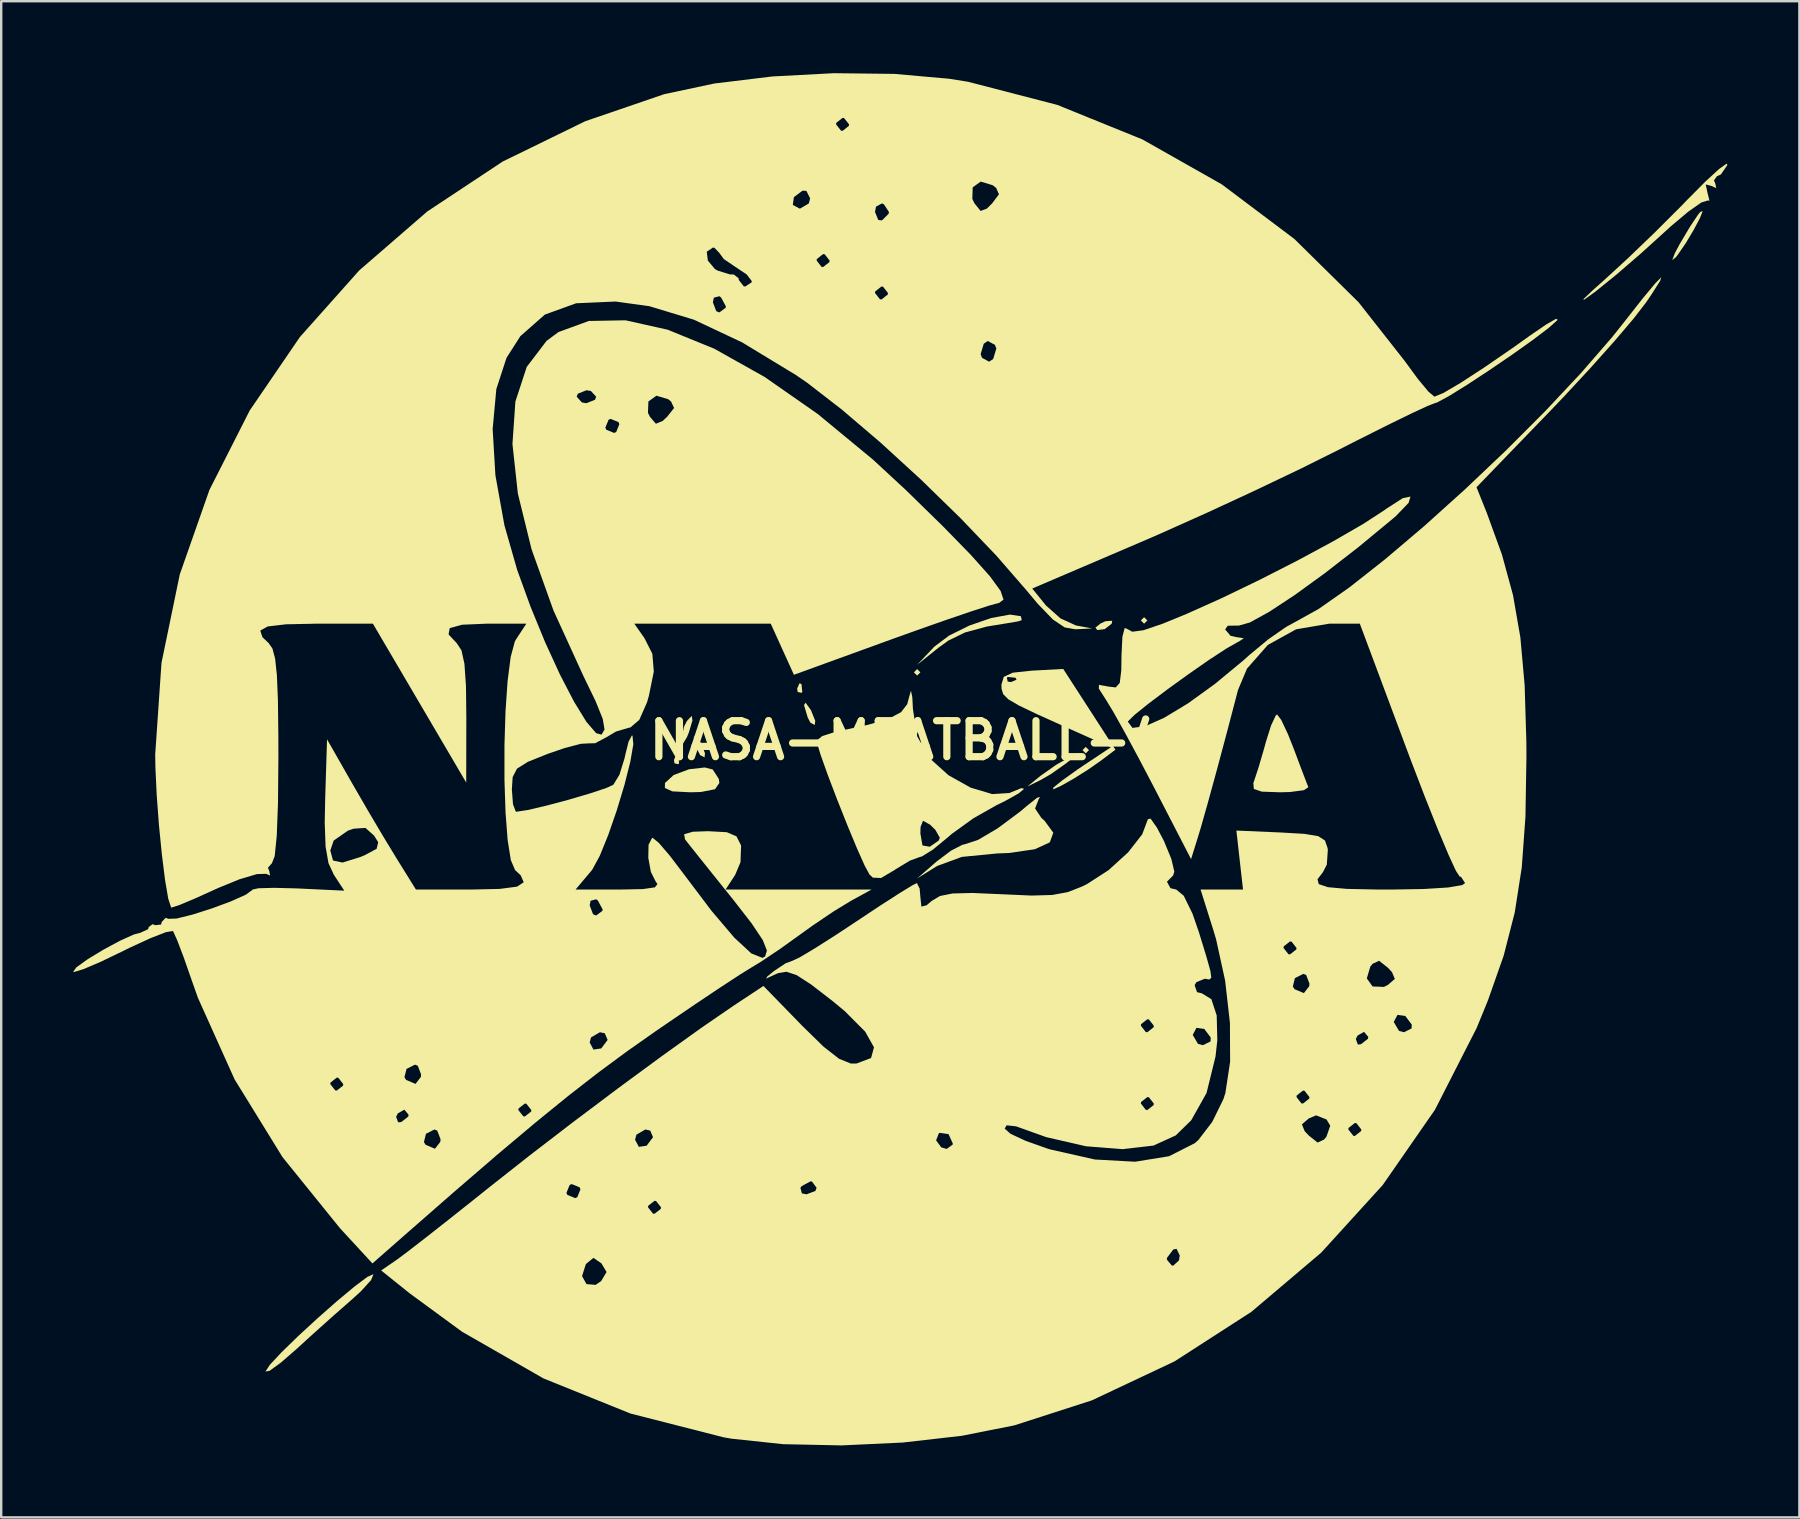
<source format=kicad_pcb>
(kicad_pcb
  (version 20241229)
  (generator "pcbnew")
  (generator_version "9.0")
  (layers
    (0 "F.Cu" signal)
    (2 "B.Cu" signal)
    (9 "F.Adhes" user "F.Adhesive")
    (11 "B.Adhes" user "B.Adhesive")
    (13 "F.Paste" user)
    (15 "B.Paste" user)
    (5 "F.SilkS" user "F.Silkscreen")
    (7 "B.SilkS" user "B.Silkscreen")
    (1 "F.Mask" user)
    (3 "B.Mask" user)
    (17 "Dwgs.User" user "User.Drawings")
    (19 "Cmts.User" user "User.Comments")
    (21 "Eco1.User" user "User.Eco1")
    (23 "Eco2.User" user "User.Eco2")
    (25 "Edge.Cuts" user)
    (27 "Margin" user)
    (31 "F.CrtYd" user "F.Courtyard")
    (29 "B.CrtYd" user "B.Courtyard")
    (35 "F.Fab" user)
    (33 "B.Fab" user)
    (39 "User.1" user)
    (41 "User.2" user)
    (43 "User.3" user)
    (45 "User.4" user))
  (footprint "NASA-MEATBALL-4"
    (layer "F.Cu")
    (at 34.762 27.803)
    (property "Reference" "NASA-MEATBALL-4" (at 0 0 0) (layer "F.SilkS") (effects (font (size 1.5 1.5) (thickness 0.3))))
    (attr board_only exclude_from_pos_files exclude_from_bom)
    (fp_poly (pts (xy 0.54 -2.837) (xy 0.405 -2.702) (xy 0.27 -2.837) (xy 0.405 -2.972)) (stroke (width 0) (type solid)) (fill yes) (layer "F.SilkS"))
    (fp_poly (pts (xy 7.566 0.405) (xy 7.431 0.54) (xy 7.296 0.405) (xy 7.431 0.27)) (stroke (width 0) (type solid)) (fill yes) (layer "F.SilkS"))
    (fp_poly (pts (xy 9.998 -4.999) (xy 9.863 -4.864) (xy 9.728 -4.999) (xy 9.863 -5.134)) (stroke (width 0) (type solid)) (fill yes) (layer "F.SilkS"))
    (fp_poly (pts (xy -9.548 0.63) (xy -9.515 0.951) (xy -9.548 0.991) (xy -9.708 0.954) (xy -9.728 0.811) (xy -9.629 0.588)) (stroke (width 0) (type solid)) (fill yes) (layer "F.SilkS"))
    (fp_poly (pts (xy -4.413 -2.342) (xy -4.381 -2.021) (xy -4.413 -1.982) (xy -4.574 -2.019) (xy -4.594 -2.162) (xy -4.495 -2.384)) (stroke (width 0) (type solid)) (fill yes) (layer "F.SilkS"))
    (fp_poly (pts (xy -8.614 0.088) (xy -8.435 0.536) (xy -8.454 0.707) (xy -8.638 0.611) (xy -8.749 0.395) (xy -8.902 -0.118) (xy -8.839 -0.221)) (stroke (width 0) (type solid)) (fill yes) (layer "F.SilkS"))
    (fp_poly (pts (xy -4.02 -1.263) (xy -3.841 -0.815) (xy -3.86 -0.644) (xy -4.044 -0.74) (xy -4.155 -0.956) (xy -4.308 -1.469) (xy -4.245 -1.572)) (stroke (width 0) (type solid)) (fill yes) (layer "F.SilkS"))
    (fp_poly (pts (xy 8.51 -4.861) (xy 8.221 -4.637) (xy 7.911 -4.599) (xy 7.836 -4.7) (xy 8.048 -4.873) (xy 8.256 -4.967) (xy 8.534 -4.986)) (stroke (width 0) (type solid)) (fill yes) (layer "F.SilkS"))
    (fp_poly (pts (xy -8.959 -0.826) (xy -9.11 -0.323) (xy -9.187 -0.135) (xy -9.372 0.169) (xy -9.434 0) (xy -9.307 -0.577) (xy -9.187 -0.811) (xy -8.985 -1.023)) (stroke (width 0) (type solid)) (fill yes) (layer "F.SilkS"))
    (fp_poly (pts (xy 6.62 0.951) (xy 5.97 1.41) (xy 5.539 1.656) (xy 4.999 1.921) (xy 5.539 1.481) (xy 6.19 1.022) (xy 6.62 0.776) (xy 7.161 0.511)) (stroke (width 0) (type solid)) (fill yes) (layer "F.SilkS"))
    (fp_poly (pts (xy -8.113 1.212) (xy -7.858 1.607) (xy -7.836 1.772) (xy -8.016 2.034) (xy -8.609 2.15) (xy -9.044 2.162) (xy -9.795 2.123) (xy -10.107 1.983) (xy -10.102 1.773) (xy -9.74 1.442) (xy -9.099 1.202) (xy -8.441 1.128)) (stroke (width 0) (type solid)) (fill yes) (layer "F.SilkS"))
    (fp_poly (pts (xy 33.023 -21.762) (xy 32.764 -21.273) (xy 32.434 -20.721) (xy 32.102 -20.238) (xy 32.018 -20.131) (xy 31.871 -20.015) (xy 31.98 -20.304) (xy 32.175 -20.671) (xy 32.598 -21.385) (xy 32.948 -21.91) (xy 33.04 -22.022) (xy 33.139 -22.056)) (stroke (width 0) (type solid)) (fill yes) (layer "F.SilkS"))
    (fp_poly (pts (xy 4.729 -5.175) (xy 4.764 -5.009) (xy 4.594 -4.956) (xy 3.306 -4.744) (xy 2.398 -4.497) (xy 1.708 -4.161) (xy 1.291 -3.861) (xy 0.405 -3.15) (xy 1.122 -3.907) (xy 1.737 -4.369) (xy 2.585 -4.788) (xy 3.489 -5.1) (xy 4.273 -5.243)) (stroke (width 0) (type solid)) (fill yes) (layer "F.SilkS"))
    (fp_poly (pts (xy -22.25 22.245) (xy -22.349 22.488) (xy -22.766 22.948) (xy -23.14 23.289) (xy -23.934 23.986) (xy -24.87 24.826) (xy -25.465 25.369) (xy -26.115 25.933) (xy -26.577 26.267) (xy -26.751 26.299) (xy -26.566 26.017) (xy -26.078 25.495) (xy -25.383 24.819) (xy -24.58 24.079) (xy -23.768 23.364) (xy -23.044 22.76) (xy -22.506 22.357) (xy -22.252 22.243)) (stroke (width 0) (type solid)) (fill yes) (layer "F.SilkS"))
    (fp_poly (pts (xy 15.579 -0.85) (xy 15.86 -0.254) (xy 16.092 0.33) (xy 16.398 1.146) (xy 16.628 1.749) (xy 16.708 1.951) (xy 16.522 2.074) (xy 15.947 2.15) (xy 15.531 2.162) (xy 14.77 2.135) (xy 14.436 2.024) (xy 14.415 1.778) (xy 14.446 1.689) (xy 14.629 1.136) (xy 14.864 0.333) (xy 14.936 0.068) (xy 15.155 -0.626) (xy 15.347 -1.035) (xy 15.405 -1.081)) (stroke (width 0) (type solid)) (fill yes) (layer "F.SilkS"))
    (fp_poly (pts (xy 5.471 2.448) (xy 5.32 2.837) (xy 5.582 3.23) (xy 5.717 3.351) (xy 6.079 3.846) (xy 5.934 4.247) (xy 5.31 4.535) (xy 4.236 4.691) (xy 3.73 4.711) (xy 2.267 4.854) (xy 1.243 5.23) (xy 1.216 5.246) (xy 0.405 5.752) (xy 1.216 5.047) (xy 1.819 4.592) (xy 2.298 4.346) (xy 2.374 4.333) (xy 2.943 4.146) (xy 3.762 3.662) (xy 4.699 2.965) (xy 4.989 2.72) (xy 5.408 2.387) (xy 5.528 2.358)) (stroke (width 0) (type solid)) (fill yes) (layer "F.SilkS"))
    (fp_poly (pts (xy 34.169 -23.981) (xy 33.899 -23.584) (xy 33.732 -23.509) (xy 33.608 -23.336) (xy 33.667 -23.197) (xy 33.702 -23.014) (xy 33.502 -23.106) (xy 33.266 -23.167) (xy 33.339 -22.82) (xy 33.34 -22.818) (xy 33.421 -22.49) (xy 33.346 -22.498) (xy 33.078 -22.413) (xy 32.527 -22.024) (xy 31.793 -21.406) (xy 31.5 -21.138) (xy 30.536 -20.266) (xy 29.538 -19.406) (xy 28.706 -18.732) (xy 28.635 -18.678) (xy 28.193 -18.36) (xy 28.167 -18.386) (xy 28.553 -18.753) (xy 29.048 -19.195) (xy 30.009 -20.077) (xy 31.135 -21.158) (xy 32.223 -22.245) (xy 32.509 -22.54) (xy 33.258 -23.293) (xy 33.823 -23.811) (xy 34.137 -24.034)) (stroke (width 0) (type solid)) (fill yes) (layer "F.SilkS"))
    (fp_poly (pts (xy 7.581 -1.296) (xy 8.668 0.387) (xy 8.067 0.84) (xy 7.519 1.223) (xy 6.92 1.599) (xy 6.396 1.895) (xy 6.075 2.041) (xy 6.08 1.968) (xy 6.458 1.662) (xy 7.098 1.205) (xy 7.413 0.993) (xy 8.476 0.288) (xy 6.602 -0.551) (xy 5.425 -1.082) (xy 4.654 -1.45) (xy 4.205 -1.713) (xy 3.99 -1.928) (xy 3.923 -2.151) (xy 3.918 -2.326) (xy 4.004 -2.612) (xy 4.143 -2.612) (xy 4.18 -2.451) (xy 4.323 -2.432) (xy 4.546 -2.531) (xy 4.504 -2.612) (xy 4.183 -2.644) (xy 4.143 -2.612) (xy 4.004 -2.612) (xy 4.014 -2.648) (xy 4.389 -2.822) (xy 5.17 -2.906) (xy 5.206 -2.908) (xy 6.493 -2.978)) (stroke (width 0) (type solid)) (fill yes) (layer "F.SilkS"))
    (fp_poly (pts (xy 0.204 -1.795) (xy 0.23 -1.304) (xy 0.407 -0.171) (xy 0.909 0.718) (xy 0.945 0.76) (xy 1.714 1.453) (xy 2.634 1.968) (xy 3.537 2.237) (xy 4.259 2.191) (xy 4.336 2.155) (xy 4.747 1.989) (xy 4.864 2.016) (xy 4.642 2.204) (xy 4.079 2.52) (xy 3.705 2.704) (xy 2.758 3.24) (xy 1.851 3.893) (xy 1.662 4.056) (xy 1.064 4.549) (xy 0.604 4.835) (xy 0.498 4.864) (xy 0.104 5.009) (xy -0.481 5.362) (xy -0.536 5.401) (xy -1.099 5.734) (xy -1.441 5.718) (xy -1.579 5.59) (xy -1.781 5.218) (xy -2.109 4.481) (xy -2.36 3.877) (xy 0.54 3.877) (xy 0.627 4.376) (xy 0.922 4.43) (xy 0.946 4.421) (xy 1.303 4.174) (xy 1.351 4.057) (xy 1.167 3.731) (xy 0.946 3.513) (xy 0.651 3.348) (xy 0.548 3.605) (xy 0.54 3.877) (xy -2.36 3.877) (xy -2.51 3.515) (xy -2.931 2.457) (xy -3.317 1.443) (xy -3.615 0.608) (xy -3.772 0.089) (xy -3.783 0.011) (xy -3.549 -0.182) (xy -2.979 -0.363) (xy -2.92 -0.375) (xy -1.625 -0.655) (xy -0.772 -0.907) (xy -0.264 -1.177) (xy -0.007 -1.511) (xy 0.077 -1.83) (xy 0.149 -2.071)) (stroke (width 0) (type solid)) (fill yes) (layer "F.SilkS"))
    (fp_poly (pts (xy 31.369 -19.155) (xy 31.019 -18.603) (xy 30.78 -18.251) (xy 30.267 -17.586) (xy 29.465 -16.642) (xy 28.465 -15.522) (xy 27.359 -14.33) (xy 26.787 -13.731) (xy 23.715 -10.55) (xy 24.14 -9.488) (xy 24.775 -7.741) (xy 25.235 -6.055) (xy 25.542 -4.29) (xy 25.72 -2.304) (xy 25.791 0.041) (xy 25.795 0.676) (xy 25.754 3.173) (xy 25.601 5.287) (xy 25.308 7.168) (xy 24.847 8.967) (xy 24.191 10.833) (xy 23.724 11.976) (xy 21.984 15.389) (xy 19.807 18.526) (xy 17.241 21.347) (xy 14.333 23.811) (xy 11.131 25.876) (xy 7.684 27.501) (xy 4.459 28.541) (xy 2.265 28.977) (xy -0.196 29.258) (xy -2.74 29.377) (xy -5.18 29.326) (xy -7.331 29.097) (xy -7.659 29.04) (xy -11.541 28.049) (xy -15.163 26.587) (xy -18.556 24.642) (xy -20.76 23.026) (xy -21.636 22.322) (xy -13.558 22.322) (xy -13.373 22.656) (xy -12.992 22.687) (xy -12.76 22.527) (xy -12.537 22.152) (xy -12.749 21.793) (xy -12.98 21.633) (xy 10.809 21.633) (xy 11.015 21.88) (xy 11.079 21.887) (xy 11.316 21.667) (xy 11.349 21.466) (xy 11.218 21.186) (xy 11.079 21.212) (xy 10.819 21.557) (xy 10.809 21.633) (xy -12.98 21.633) (xy -13.082 21.562) (xy -13.38 21.805) (xy -13.404 21.837) (xy -13.558 22.322) (xy -21.636 22.322) (xy -21.929 22.087) (xy -21.291 21.65) (xy -20.86 21.33) (xy -20.1 20.742) (xy -19.104 19.959) (xy -18.469 19.455) (xy -10.809 19.455) (xy -10.603 19.718) (xy -10.538 19.726) (xy -10.276 19.52) (xy -10.268 19.455) (xy -10.474 19.193) (xy -10.538 19.185) (xy -10.801 19.391) (xy -10.809 19.455) (xy -18.469 19.455) (xy -17.963 19.053) (xy -17.712 18.852) (xy -14.208 18.852) (xy -14.172 18.938) (xy -13.844 19.072) (xy -13.758 19.036) (xy -13.624 18.708) (xy -13.65 18.645) (xy -4.459 18.645) (xy -4.397 18.876) (xy -4.204 18.915) (xy -3.835 18.774) (xy -3.783 18.645) (xy -3.977 18.382) (xy -4.037 18.374) (xy -4.403 18.571) (xy -4.459 18.645) (xy -13.65 18.645) (xy -13.66 18.622) (xy -13.988 18.488) (xy -14.074 18.524) (xy -14.208 18.852) (xy -17.712 18.852) (xy -17.42 18.618) (xy -15.758 17.308) (xy -14.889 16.641) (xy -11.349 16.641) (xy -11.191 16.937) (xy -10.867 16.889) (xy -10.699 16.665) (xy 1.195 16.665) (xy 1.412 16.959) (xy 1.637 17.023) (xy 1.887 16.842) (xy 1.891 16.798) (xy 1.715 16.407) (xy 1.349 16.352) (xy 1.309 16.374) (xy 1.195 16.665) (xy -10.699 16.665) (xy -10.6 16.534) (xy -10.718 16.258) (xy -10.921 16.213) (xy -11.293 16.43) (xy -11.349 16.641) (xy -14.889 16.641) (xy -13.931 15.905) (xy -12.902 15.132) (xy 9.728 15.132) (xy 9.933 15.394) (xy 9.998 15.402) (xy 10.26 15.197) (xy 10.268 15.132) (xy 10.062 14.87) (xy 9.998 14.862) (xy 9.736 15.067) (xy 9.728 15.132) (xy -12.902 15.132) (xy -12.054 14.494) (xy -10.24 13.161) (xy -8.604 11.989) (xy -7.258 11.064) (xy -7.12 10.972) (xy -5.999 10.232) (xy -4.382 11.894) (xy -3.493 12.763) (xy -2.848 13.266) (xy -2.361 13.464) (xy -2.126 13.466) (xy -1.514 13.235) (xy -1.393 12.789) (xy -1.683 12.272) (xy 11.889 12.272) (xy 12.107 12.644) (xy 12.317 12.7) (xy 12.632 12.543) (xy 12.638 12.379) (xy 12.369 12.022) (xy 12.045 11.977) (xy 11.889 12.272) (xy -1.683 12.272) (xy -1.759 12.136) (xy -2.005 11.889) (xy 9.728 11.889) (xy 9.933 12.152) (xy 9.998 12.16) (xy 10.26 11.954) (xy 10.268 11.889) (xy 10.062 11.627) (xy 9.998 11.619) (xy 9.736 11.825) (xy 9.728 11.889) (xy -2.005 11.889) (xy -2.609 11.283) (xy -3.109 10.868) (xy -4.01 10.172) (xy -4.616 9.78) (xy -5.038 9.64) (xy -5.388 9.697) (xy -5.483 9.739) (xy -5.891 9.926) (xy -5.841 9.84) (xy -5.555 9.607) (xy -5.068 9.284) (xy -4.802 9.187) (xy -4.496 9.045) (xy -3.848 8.659) (xy -2.959 8.093) (xy -2.162 7.566) (xy -1.166 6.905) (xy -0.341 6.374) (xy 0.213 6.035) (xy 0.395 5.945) (xy 0.51 6.174) (xy 0.54 6.527) (xy 0.582 6.926) (xy 0.798 6.871) (xy 1.013 6.688) (xy 1.355 6.484) (xy 1.881 6.378) (xy 2.709 6.357) (xy 3.929 6.41) (xy 5.169 6.465) (xy 6.034 6.441) (xy 6.686 6.321) (xy 7.287 6.084) (xy 7.476 5.991) (xy 8.384 5.404) (xy 9.196 4.666) (xy 9.784 3.913) (xy 10.019 3.289) (xy 10.131 3.257) (xy 10.398 3.635) (xy 10.688 4.188) (xy 10.998 4.939) (xy 11.122 5.467) (xy 11.072 5.629) (xy 10.815 5.888) (xy 10.962 6.158) (xy 11.203 6.215) (xy 11.515 6.474) (xy 11.878 7.215) (xy 12.149 8) (xy 12.459 9.01) (xy 12.626 9.606) (xy 12.663 9.889) (xy 12.583 9.963) (xy 12.399 9.931) (xy 12.396 9.93) (xy 12.041 10.074) (xy 11.968 10.201) (xy 12.069 10.491) (xy 12.267 10.538) (xy 12.666 10.783) (xy 12.888 11.461) (xy 12.914 12.49) (xy 12.839 13.173) (xy 12.464 14.694) (xy 11.827 15.828) (xy 11.183 16.459) (xy 10.254 16.883) (xy 8.972 17.032) (xy 7.445 16.913) (xy 5.783 16.531) (xy 4.526 16.081) (xy 4.131 16.039) (xy 4.053 16.176) (xy 4.293 16.39) (xy 4.924 16.685) (xy 5.82 17.003) (xy 5.959 17.046) (xy 7.813 17.464) (xy 9.49 17.556) (xy 10.904 17.327) (xy 11.974 16.784) (xy 12.126 16.65) (xy 12.623 16) (xy 16.438 16) (xy 16.554 16.283) (xy 16.726 16.466) (xy 17.094 16.758) (xy 17.365 16.631) (xy 17.461 16.512) (xy 17.565 16.213) (xy 18.374 16.213) (xy 18.58 16.475) (xy 18.645 16.483) (xy 18.907 16.277) (xy 18.915 16.213) (xy 18.709 15.95) (xy 18.645 15.943) (xy 18.382 16.148) (xy 18.374 16.213) (xy 17.565 16.213) (xy 17.62 16.056) (xy 17.465 15.795) (xy 17.03 15.624) (xy 16.73 15.749) (xy 16.438 16) (xy 12.623 16) (xy 12.702 15.897) (xy 13.165 14.953) (xy 13.195 14.862) (xy 16.213 14.862) (xy 16.418 15.124) (xy 16.483 15.132) (xy 16.745 14.926) (xy 16.753 14.862) (xy 16.548 14.599) (xy 16.483 14.591) (xy 16.221 14.797) (xy 16.213 14.862) (xy 13.195 14.862) (xy 13.25 14.693) (xy 13.447 13.391) (xy 13.442 12.443) (xy 18.685 12.443) (xy 18.77 12.674) (xy 18.901 12.659) (xy 19.191 12.432) (xy 19.205 12.355) (xy 19.029 12.145) (xy 18.759 12.297) (xy 18.685 12.443) (xy 13.442 12.443) (xy 13.439 11.772) (xy 13.435 11.732) (xy 20.266 11.732) (xy 20.484 12.104) (xy 20.694 12.16) (xy 21.009 12.002) (xy 21.015 11.839) (xy 20.746 11.482) (xy 20.422 11.436) (xy 20.266 11.732) (xy 13.435 11.732) (xy 13.267 10.253) (xy 16.062 10.253) (xy 16.13 10.366) (xy 16.522 10.53) (xy 16.745 10.241) (xy 16.753 10.133) (xy 16.671 9.917) (xy 19.143 9.917) (xy 19.383 10.252) (xy 19.854 10.272) (xy 20.019 10.191) (xy 20.311 9.94) (xy 20.194 9.658) (xy 20.023 9.474) (xy 19.654 9.182) (xy 19.384 9.309) (xy 19.288 9.428) (xy 19.143 9.917) (xy 16.671 9.917) (xy 16.616 9.773) (xy 16.499 9.728) (xy 16.146 9.906) (xy 16.062 10.253) (xy 13.267 10.253) (xy 13.24 10.013) (xy 12.941 8.647) (xy 15.672 8.647) (xy 15.878 8.909) (xy 15.943 8.917) (xy 16.205 8.711) (xy 16.213 8.647) (xy 16.007 8.384) (xy 15.943 8.377) (xy 15.68 8.582) (xy 15.672 8.647) (xy 12.941 8.647) (xy 12.863 8.289) (xy 12.748 7.904) (xy 12.216 6.215) (xy 13.1 6.215) (xy 13.985 6.215) (xy 13.846 4.986) (xy 13.708 3.757) (xy 15.568 3.837) (xy 16.553 3.895) (xy 17.122 3.991) (xy 17.399 4.171) (xy 17.507 4.481) (xy 17.519 4.557) (xy 17.477 5.174) (xy 17.316 5.489) (xy 17.089 5.784) (xy 17.139 5.988) (xy 17.525 6.117) (xy 18.308 6.187) (xy 19.548 6.213) (xy 20.131 6.215) (xy 21.514 6.192) (xy 22.531 6.129) (xy 23.118 6.029) (xy 23.238 5.945) (xy 23.066 5.682) (xy 23.013 5.674) (xy 22.856 5.433) (xy 22.544 4.758) (xy 22.111 3.725) (xy 21.585 2.408) (xy 20.999 0.881) (xy 20.82 0.405) (xy 18.852 -4.864) (xy 17.573 -4.864) (xy 16.195 -4.629) (xy 15.017 -3.977) (xy 14.15 -2.991) (xy 13.776 -2.101) (xy 13.326 -0.383) (xy 12.895 1.229) (xy 12.515 2.615) (xy 12.219 3.658) (xy 12.107 4.027) (xy 11.82 4.947) (xy 10.299 2.001) (xy 9.662 0.785) (xy 9.068 -0.317) (xy 8.584 -1.182) (xy 8.29 -1.668) (xy 7.976 -2.158) (xy 7.982 -2.315) (xy 8.322 -2.254) (xy 8.359 -2.245) (xy 8.681 -2.208) (xy 8.849 -2.396) (xy 8.912 -2.925) (xy 8.921 -3.549) (xy 8.958 -4.318) (xy 9.053 -4.682) (xy 9.146 -4.652) (xy 9.371 -4.529) (xy 9.84 -4.592) (xy 10.635 -4.862) (xy 11.641 -5.275) (xy 13.105 -5.932) (xy 14.693 -6.699) (xy 16.284 -7.511) (xy 17.757 -8.306) (xy 18.992 -9.02) (xy 19.868 -9.589) (xy 19.946 -9.647) (xy 20.639 -10.093) (xy 20.964 -10.161) (xy 20.884 -9.898) (xy 20.359 -9.352) (xy 20.259 -9.266) (xy 18.8 -8.06) (xy 17.404 -6.975) (xy 16.139 -6.058) (xy 15.072 -5.356) (xy 14.271 -4.915) (xy 13.802 -4.782) (xy 13.78 -4.786) (xy 13.348 -4.779) (xy 13.24 -4.625) (xy 13.464 -4.36) (xy 13.713 -4.304) (xy 14.019 -4.257) (xy 13.806 -4.116) (xy 13.773 -4.102) (xy 13.298 -3.833) (xy 12.575 -3.36) (xy 11.717 -2.764) (xy 10.837 -2.128) (xy 10.047 -1.533) (xy 9.461 -1.061) (xy 9.193 -0.795) (xy 9.187 -0.777) (xy 9.378 -0.522) (xy 9.903 -0.589) (xy 10.697 -0.942) (xy 11.69 -1.542) (xy 12.815 -2.354) (xy 14.005 -3.339) (xy 14.254 -3.562) (xy 15.034 -4.209) (xy 15.786 -4.732) (xy 16.146 -4.928) (xy 17.134 -5.477) (xy 18.408 -6.369) (xy 19.895 -7.54) (xy 21.527 -8.924) (xy 23.231 -10.458) (xy 24.937 -12.077) (xy 26.575 -13.717) (xy 28.074 -15.314) (xy 29.364 -16.802) (xy 29.864 -17.429) (xy 30.644 -18.422) (xy 31.166 -19.05) (xy 31.413 -19.299)) (stroke (width 0) (type solid)) (fill yes) (layer "F.SilkS"))
    (fp_poly (pts (xy -0.548 -27.774) (xy 1.737 -27.572) (xy 2.533 -27.444) (xy 6.248 -26.481) (xy 9.79 -25.044) (xy 13.101 -23.17) (xy 16.124 -20.896) (xy 18.8 -18.258) (xy 20.717 -15.819) (xy 21.269 -15.065) (xy 21.716 -14.528) (xy 21.961 -14.324) (xy 22.332 -14.476) (xy 23.06 -14.904) (xy 24.067 -15.56) (xy 25.279 -16.395) (xy 25.94 -16.867) (xy 26.618 -17.332) (xy 27.029 -17.568) (xy 27.095 -17.53) (xy 27.076 -17.505) (xy 26.72 -17.187) (xy 26.052 -16.681) (xy 25.187 -16.066) (xy 24.241 -15.421) (xy 23.33 -14.823) (xy 22.57 -14.351) (xy 22.076 -14.084) (xy 21.97 -14.051) (xy 21.668 -13.934) (xy 20.972 -13.609) (xy 19.972 -13.12) (xy 18.754 -12.509) (xy 17.984 -12.117) (xy 16.369 -11.313) (xy 14.45 -10.397) (xy 12.426 -9.461) (xy 10.493 -8.596) (xy 9.708 -8.256) (xy 5.202 -6.329) (xy 5.776 -5.62) (xy 6.379 -5.084) (xy 7.024 -4.789) (xy 7.026 -4.789) (xy 7.701 -4.667) (xy 7.005 -4.63) (xy 6.557 -4.707) (xy 6.063 -5.038) (xy 5.427 -5.698) (xy 4.938 -6.282) (xy 3.705 -7.701) (xy 2.208 -9.266) (xy 0.561 -10.872) (xy -1.125 -12.415) (xy -2.737 -13.79) (xy -4.162 -14.892) (xy -4.638 -15.221) (xy -6.082 -16.097) (xy 3.051 -16.097) (xy 3.107 -15.943) (xy 3.406 -15.782) (xy 3.574 -15.895) (xy 3.705 -16.328) (xy 3.648 -16.483) (xy 3.349 -16.644) (xy 3.182 -16.53) (xy 3.051 -16.097) (xy -6.082 -16.097) (xy -6.88 -16.582) (xy -8.892 -17.53) (xy -10.75 -18.093) (xy -11.92 -18.255) (xy -8.106 -18.255) (xy -7.965 -17.886) (xy -7.836 -17.834) (xy -7.574 -18.028) (xy -7.566 -18.088) (xy -7.762 -18.454) (xy -7.836 -18.51) (xy -8.067 -18.448) (xy -8.106 -18.255) (xy -11.92 -18.255) (xy -12.16 -18.288) (xy -13.803 -18.216) (xy -15.108 -17.744) (xy -16.129 -16.845) (xy -16.706 -15.941) (xy -17.13 -14.64) (xy -17.283 -12.976) (xy -17.169 -11.05) (xy -16.793 -8.964) (xy -16.261 -7.106) (xy -15.703 -5.569) (xy -15.096 -4.09) (xy -14.479 -2.745) (xy -13.892 -1.614) (xy -13.376 -0.773) (xy -12.969 -0.3) (xy -12.745 -0.241) (xy -12.621 -0.456) (xy -12.694 -0.892) (xy -12.991 -1.63) (xy -13.495 -2.67) (xy -14.749 -5.415) (xy -15.662 -7.965) (xy -16.233 -10.288) (xy -16.458 -12.35) (xy -16.411 -13.033) (xy -12.587 -13.033) (xy -12.551 -12.947) (xy -12.223 -12.813) (xy -12.136 -12.849) (xy -12.003 -13.177) (xy -12.039 -13.264) (xy -12.367 -13.397) (xy -12.453 -13.361) (xy -12.587 -13.033) (xy -16.411 -13.033) (xy -16.368 -13.652) (xy -10.812 -13.652) (xy -10.731 -13.488) (xy -10.481 -13.195) (xy -10.198 -13.312) (xy -10.014 -13.483) (xy -9.723 -13.852) (xy -9.85 -14.122) (xy -9.968 -14.218) (xy -10.458 -14.364) (xy -10.793 -14.124) (xy -10.812 -13.652) (xy -16.368 -13.652) (xy -16.336 -14.12) (xy -16.27 -14.321) (xy -13.781 -14.321) (xy -13.562 -14.082) (xy -13.376 -14.051) (xy -13.016 -14.197) (xy -12.97 -14.321) (xy -13.189 -14.561) (xy -13.376 -14.591) (xy -13.735 -14.446) (xy -13.781 -14.321) (xy -16.27 -14.321) (xy -15.863 -15.563) (xy -15.038 -16.647) (xy -14.54 -17.017) (xy -13.275 -17.478) (xy -11.747 -17.506) (xy -9.993 -17.115) (xy -8.049 -16.323) (xy -5.951 -15.146) (xy -3.735 -13.601) (xy -1.437 -11.703) (xy -0.071 -10.439) (xy 1.481 -8.922) (xy 2.643 -7.731) (xy 3.437 -6.842) (xy 3.884 -6.229) (xy 4.004 -5.867) (xy 3.829 -5.733) (xy 3.43 -5.625) (xy 2.621 -5.364) (xy 1.501 -4.981) (xy 0.169 -4.511) (xy -0.676 -4.207) (xy -4.729 -2.735) (xy -5.212 -3.799) (xy -5.695 -4.864) (xy -8.537 -4.864) (xy -11.38 -4.864) (xy -10.959 -4.263) (xy -10.629 -3.61) (xy -10.568 -2.868) (xy -10.771 -1.864) (xy -10.851 -1.585) (xy -11.173 -0.856) (xy -11.547 -0.537) (xy -11.594 -0.532) (xy -12.145 -0.369) (xy -12.537 -0.135) (xy -13.012 0.117) (xy -13.26 0.123) (xy -13.607 0.141) (xy -14.292 0.321) (xy -14.977 0.556) (xy -15.818 0.893) (xy -16.269 1.177) (xy -16.45 1.528) (xy -16.483 2.046) (xy -16.435 2.664) (xy -16.319 2.966) (xy -16.298 2.972) (xy -15.825 2.901) (xy -15.04 2.717) (xy -14.116 2.471) (xy -13.226 2.209) (xy -12.543 1.981) (xy -12.255 1.849) (xy -12.001 1.434) (xy -11.786 0.742) (xy -11.765 0.638) (xy -11.618 0.047) (xy -11.481 -0.205) (xy -11.456 -0.197) (xy -11.421 0.159) (xy -11.546 0.885) (xy -11.788 1.845) (xy -12.109 2.908) (xy -12.466 3.94) (xy -12.819 4.808) (xy -13.128 5.378) (xy -13.169 5.431) (xy -13.829 6.215) (xy -11.994 6.215) (xy -11.024 6.195) (xy -10.521 6.123) (xy -10.415 5.986) (xy -10.484 5.891) (xy -10.691 5.478) (xy -10.797 4.892) (xy -10.787 4.351) (xy -10.646 4.072) (xy -10.606 4.066) (xy -10.354 4.275) (xy -9.897 4.809) (xy -9.383 5.485) (xy -8.171 7.091) (xy -7.212 8.221) (xy -6.502 8.878) (xy -6.042 9.061) (xy -5.929 9.005) (xy -5.855 8.754) (xy -6.028 8.318) (xy -6.489 7.628) (xy -7.276 6.614) (xy -7.31 6.573) (xy -8.059 5.64) (xy -8.696 4.844) (xy -9.135 4.292) (xy -9.268 4.121) (xy -9.303 3.908) (xy -8.939 3.805) (xy -8.306 3.783) (xy -7.526 3.825) (xy -7.123 3.997) (xy -6.935 4.37) (xy -6.931 4.385) (xy -6.956 5.075) (xy -7.176 5.601) (xy -7.578 6.215) (xy -4.537 6.215) (xy -1.495 6.215) (xy -2.359 6.688) (xy -3.075 7.125) (xy -3.967 7.727) (xy -4.493 8.106) (xy -5.334 8.708) (xy -6.119 9.232) (xy -6.491 9.457) (xy -6.971 9.754) (xy -7.793 10.291) (xy -8.855 11.002) (xy -10.055 11.818) (xy -10.496 12.121) (xy -11.703 12.97) (xy -12.894 13.85) (xy -14.137 14.817) (xy -15.502 15.927) (xy -17.059 17.236) (xy -18.877 18.802) (xy -20.941 20.607) (xy -22.293 21.794) (xy -23.644 20.328) (xy -26.04 17.364) (xy -26.426 16.738) (xy -20.147 16.738) (xy -20.078 16.851) (xy -19.686 17.015) (xy -19.463 16.726) (xy -19.455 16.618) (xy -19.593 16.258) (xy -19.71 16.213) (xy -20.062 16.392) (xy -20.147 16.738) (xy -26.426 16.738) (xy -27.074 15.686) (xy -21.306 15.686) (xy -21.221 15.916) (xy -21.09 15.902) (xy -20.8 15.675) (xy -20.786 15.598) (xy -20.95 15.402) (xy -16.213 15.402) (xy -16.007 15.664) (xy -15.943 15.672) (xy -15.68 15.467) (xy -15.672 15.402) (xy -15.878 15.14) (xy -15.943 15.132) (xy -16.205 15.338) (xy -16.213 15.402) (xy -20.95 15.402) (xy -20.962 15.388) (xy -21.233 15.54) (xy -21.306 15.686) (xy -27.074 15.686) (xy -27.916 14.321) (xy -24.049 14.321) (xy -23.843 14.584) (xy -23.779 14.591) (xy -23.516 14.386) (xy -23.509 14.321) (xy -23.714 14.059) (xy -23.779 14.051) (xy -24.041 14.257) (xy -24.049 14.321) (xy -27.916 14.321) (xy -28.034 14.13) (xy -28.076 14.036) (xy -20.958 14.036) (xy -20.889 14.148) (xy -20.497 14.313) (xy -20.274 14.024) (xy -20.266 13.916) (xy -20.403 13.556) (xy -20.52 13.511) (xy -20.873 13.689) (xy -20.958 14.036) (xy -28.076 14.036) (xy -28.728 12.587) (xy -13.24 12.587) (xy -13.083 12.883) (xy -12.759 12.836) (xy -12.492 12.48) (xy -12.609 12.205) (xy -12.813 12.16) (xy -13.185 12.377) (xy -13.24 12.587) (xy -28.728 12.587) (xy -29.564 10.728) (xy -29.822 9.999) (xy -30.151 9.057) (xy -30.427 8.33) (xy -30.595 7.959) (xy -30.608 7.942) (xy -30.897 7.99) (xy -31.541 8.24) (xy -32.416 8.643) (xy -32.696 8.782) (xy -33.612 9.223) (xy -34.329 9.529) (xy -34.725 9.65) (xy -34.762 9.643) (xy -34.628 9.455) (xy -34.158 9.118) (xy -33.502 8.72) (xy -32.81 8.347) (xy -32.232 8.086) (xy -31.963 8.016) (xy -31.641 7.867) (xy -31.615 7.775) (xy -31.447 7.656) (xy -31.345 7.701) (xy -31.096 7.671) (xy -31.074 7.566) (xy -30.909 7.392) (xy -30.798 7.435) (xy -30.452 7.423) (xy -29.792 7.259) (xy -28.982 7.001) (xy -28.641 6.874) (xy -13.24 6.874) (xy -13.099 7.244) (xy -12.97 7.296) (xy -12.708 7.102) (xy -12.7 7.041) (xy -12.896 6.676) (xy -12.97 6.62) (xy -13.202 6.681) (xy -13.24 6.874) (xy -28.641 6.874) (xy -28.187 6.706) (xy -27.569 6.429) (xy -27.294 6.229) (xy -27.292 6.216) (xy -27.045 6.161) (xy -26.395 6.143) (xy -25.476 6.166) (xy -25.379 6.17) (xy -23.466 6.261) (xy -23.903 5.594) (xy -24.124 5.114) (xy -24.217 4.587) (xy -24.049 4.587) (xy -23.935 5.004) (xy -23.542 5.09) (xy -22.793 4.858) (xy -22.617 4.784) (xy -22.117 4.516) (xy -22.052 4.245) (xy -22.22 3.97) (xy -22.584 3.646) (xy -23.079 3.679) (xy -23.314 3.76) (xy -23.908 4.175) (xy -24.049 4.587) (xy -24.217 4.587) (xy -24.245 4.432) (xy -24.281 3.424) (xy -24.262 2.441) (xy -24.184 -0.044) (xy -23.13 1.802) (xy -22.488 2.911) (xy -21.82 4.039) (xy -21.278 4.931) (xy -20.48 6.215) (xy -18.211 6.215) (xy -16.992 6.188) (xy -16.265 6.093) (xy -15.988 5.911) (xy -16.114 5.622) (xy -16.348 5.404) (xy -16.526 4.987) (xy -16.659 4.146) (xy -16.747 2.992) (xy -16.791 1.641) (xy -16.791 0.204) (xy -16.748 -1.203) (xy -16.661 -2.468) (xy -16.532 -3.477) (xy -16.36 -4.118) (xy -16.317 -4.198) (xy -15.88 -4.864) (xy -17.533 -4.864) (xy -18.554 -4.821) (xy -19.072 -4.679) (xy -19.12 -4.416) (xy -18.78 -4.053) (xy -18.583 -3.755) (xy -18.459 -3.192) (xy -18.395 -2.271) (xy -18.38 -0.98) (xy -18.385 1.756) (xy -20.329 -1.554) (xy -22.273 -4.864) (xy -24.647 -4.864) (xy -25.897 -4.838) (xy -26.655 -4.749) (xy -26.967 -4.577) (xy -26.878 -4.304) (xy -26.616 -4.053) (xy -26.46 -3.83) (xy -26.348 -3.41) (xy -26.274 -2.717) (xy -26.231 -1.673) (xy -26.213 -0.203) (xy -26.211 0.709) (xy -26.228 2.609) (xy -26.28 3.982) (xy -26.366 4.825) (xy -26.487 5.133) (xy -26.497 5.134) (xy -26.646 5.305) (xy -26.59 5.446) (xy -26.558 5.63) (xy -26.718 5.56) (xy -27.104 5.57) (xy -27.823 5.783) (xy -28.727 6.152) (xy -28.827 6.198) (xy -29.701 6.594) (xy -30.358 6.868) (xy -30.672 6.966) (xy -30.681 6.963) (xy -30.801 6.596) (xy -30.934 5.817) (xy -31.067 4.754) (xy -31.188 3.532) (xy -31.282 2.281) (xy -31.336 1.128) (xy -31.345 0.592) (xy -31.083 -3.23) (xy -30.32 -6.92) (xy -29.084 -10.44) (xy -27.405 -13.75) (xy -25.313 -16.812) (xy -23.68 -18.645) (xy -1.351 -18.645) (xy -1.145 -18.382) (xy -1.081 -18.374) (xy -0.818 -18.58) (xy -0.811 -18.645) (xy -1.016 -18.907) (xy -1.081 -18.915) (xy -1.343 -18.709) (xy -1.351 -18.645) (xy -23.68 -18.645) (xy -22.84 -19.588) (xy -21.943 -20.364) (xy -8.361 -20.364) (xy -8.316 -19.993) (xy -8.019 -19.64) (xy -7.904 -19.576) (xy -7.408 -19.421) (xy -7.228 -19.412) (xy -7.032 -19.252) (xy -7.026 -19.185) (xy -6.82 -18.923) (xy -6.755 -18.915) (xy -6.493 -19.087) (xy -6.485 -19.139) (xy -6.697 -19.416) (xy -7.161 -19.726) (xy -7.559 -19.996) (xy -3.783 -19.996) (xy -3.577 -19.733) (xy -3.513 -19.726) (xy -3.25 -19.931) (xy -3.243 -19.996) (xy -3.448 -20.258) (xy -3.513 -20.266) (xy -3.775 -20.06) (xy -3.783 -19.996) (xy -7.559 -19.996) (xy -7.651 -20.059) (xy -7.836 -20.312) (xy -8.043 -20.53) (xy -8.106 -20.536) (xy -8.361 -20.364) (xy -21.943 -20.364) (xy -20.03 -22.022) (xy -1.351 -22.022) (xy -1.214 -21.686) (xy -1.061 -21.669) (xy -0.781 -21.948) (xy -0.77 -22.022) (xy -0.98 -22.339) (xy -1.061 -22.376) (xy -1.307 -22.245) (xy -1.351 -22.022) (xy -20.03 -22.022) (xy -20.013 -22.037) (xy -19.596 -22.313) (xy -4.776 -22.313) (xy -4.481 -22.157) (xy -4.109 -22.375) (xy -4.059 -22.565) (xy 2.705 -22.565) (xy 2.796 -22.377) (xy 3.05 -22.063) (xy 3.312 -22.161) (xy 3.526 -22.373) (xy 3.815 -22.756) (xy 3.699 -23.021) (xy 3.554 -23.135) (xy 3.053 -23.286) (xy 2.72 -23.046) (xy 2.705 -22.565) (xy -4.059 -22.565) (xy -4.053 -22.585) (xy -4.21 -22.9) (xy -4.374 -22.906) (xy -4.731 -22.637) (xy -4.776 -22.313) (xy -19.596 -22.313) (xy -16.864 -24.122) (xy -13.694 -25.67) (xy -2.972 -25.67) (xy -2.767 -25.408) (xy -2.702 -25.4) (xy -2.44 -25.606) (xy -2.432 -25.67) (xy -2.638 -25.933) (xy -2.702 -25.94) (xy -2.964 -25.735) (xy -2.972 -25.67) (xy -13.694 -25.67) (xy -13.422 -25.803) (xy -10.133 -26.929) (xy -8.047 -27.373) (xy -5.628 -27.667) (xy -3.066 -27.803)) (stroke (width 0) (type solid)) (fill yes) (layer "F.SilkS")))
  (gr_rect
    (start -3 -3)
    (end 71.931 60.18)
    (stroke (width 0.1) (type default))
    (fill no)
    (layer "Edge.Cuts")))
</source>
